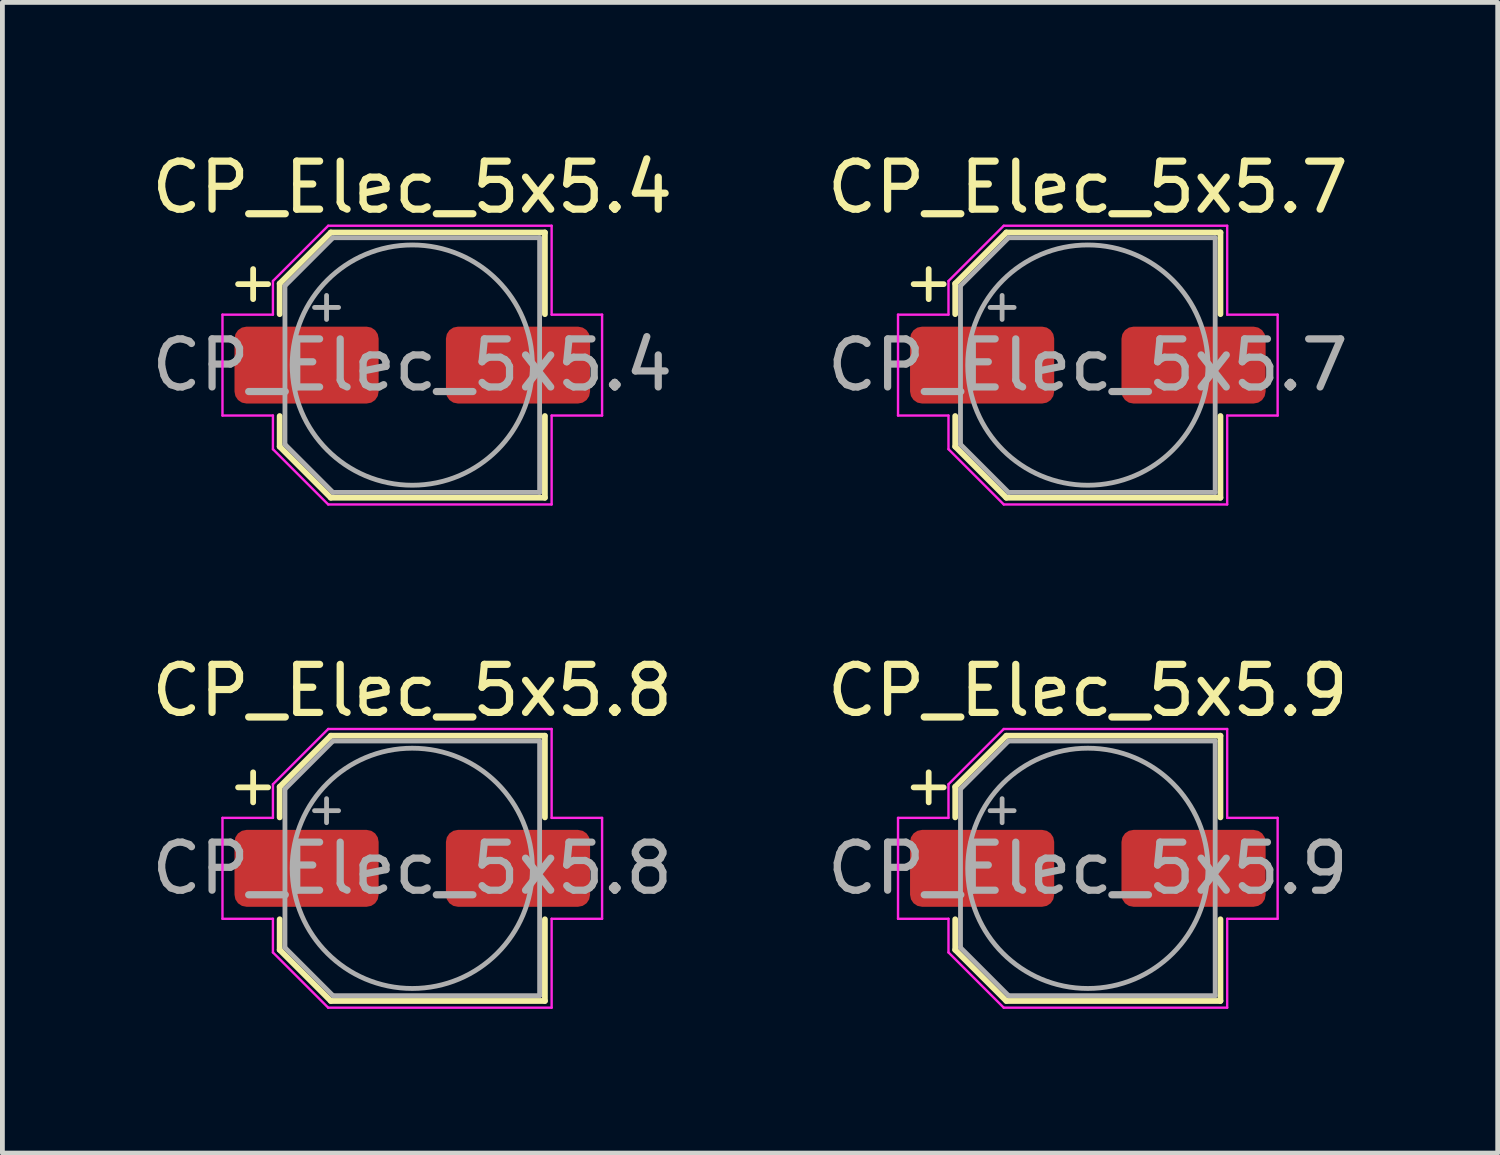
<source format=kicad_pcb>
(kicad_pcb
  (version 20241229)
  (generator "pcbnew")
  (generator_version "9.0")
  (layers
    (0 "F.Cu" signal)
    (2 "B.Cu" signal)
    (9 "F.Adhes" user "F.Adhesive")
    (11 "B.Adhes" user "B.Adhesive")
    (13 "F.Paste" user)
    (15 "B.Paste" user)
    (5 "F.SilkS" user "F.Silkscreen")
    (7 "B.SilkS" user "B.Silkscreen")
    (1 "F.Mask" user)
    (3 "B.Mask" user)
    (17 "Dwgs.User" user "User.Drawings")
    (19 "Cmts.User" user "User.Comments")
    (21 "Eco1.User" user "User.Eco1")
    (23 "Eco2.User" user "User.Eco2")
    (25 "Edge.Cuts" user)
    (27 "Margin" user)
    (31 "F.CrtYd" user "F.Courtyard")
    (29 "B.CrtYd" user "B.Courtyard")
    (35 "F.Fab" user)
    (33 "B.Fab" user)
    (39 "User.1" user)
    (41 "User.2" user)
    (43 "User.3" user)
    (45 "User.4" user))
  (footprint "CP_Elec_5x5.7"
    (layer "F.Cu")
    (at 19.589 4.548)
    (property "Reference" "CP_Elec_5x5.7" (at 0 -3.7 0) (layer "F.SilkS") (effects (font (size 1 1) (thickness 0.15))))
    (attr smd)
    (fp_line (start -3.625 -1.685) (end -3 -1.685) (stroke (width 0.12) (type solid)) (layer "F.SilkS"))
    (fp_line (start -3.312 -1.998) (end -3.312 -1.373) (stroke (width 0.12) (type solid)) (layer "F.SilkS"))
    (fp_line (start -2.76 -1.696) (end -2.76 -1.06) (stroke (width 0.12) (type solid)) (layer "F.SilkS"))
    (fp_line (start -2.76 -1.696) (end -1.696 -2.76) (stroke (width 0.12) (type solid)) (layer "F.SilkS"))
    (fp_line (start -2.76 1.696) (end -2.76 1.06) (stroke (width 0.12) (type solid)) (layer "F.SilkS"))
    (fp_line (start -2.76 1.696) (end -1.696 2.76) (stroke (width 0.12) (type solid)) (layer "F.SilkS"))
    (fp_line (start -1.696 -2.76) (end 2.76 -2.76) (stroke (width 0.12) (type solid)) (layer "F.SilkS"))
    (fp_line (start -1.696 2.76) (end 2.76 2.76) (stroke (width 0.12) (type solid)) (layer "F.SilkS"))
    (fp_line (start 2.76 -2.76) (end 2.76 -1.06) (stroke (width 0.12) (type solid)) (layer "F.SilkS"))
    (fp_line (start 2.76 2.76) (end 2.76 1.06) (stroke (width 0.12) (type solid)) (layer "F.SilkS"))
    (fp_line (start -3.95 -1.05) (end -3.95 1.05) (stroke (width 0.05) (type solid)) (layer "F.CrtYd"))
    (fp_line (start -3.95 1.05) (end -2.9 1.05) (stroke (width 0.05) (type solid)) (layer "F.CrtYd"))
    (fp_line (start -2.9 -1.75) (end -2.9 -1.05) (stroke (width 0.05) (type solid)) (layer "F.CrtYd"))
    (fp_line (start -2.9 -1.75) (end -1.75 -2.9) (stroke (width 0.05) (type solid)) (layer "F.CrtYd"))
    (fp_line (start -2.9 -1.05) (end -3.95 -1.05) (stroke (width 0.05) (type solid)) (layer "F.CrtYd"))
    (fp_line (start -2.9 1.05) (end -2.9 1.75) (stroke (width 0.05) (type solid)) (layer "F.CrtYd"))
    (fp_line (start -2.9 1.75) (end -1.75 2.9) (stroke (width 0.05) (type solid)) (layer "F.CrtYd"))
    (fp_line (start -1.75 -2.9) (end 2.9 -2.9) (stroke (width 0.05) (type solid)) (layer "F.CrtYd"))
    (fp_line (start -1.75 2.9) (end 2.9 2.9) (stroke (width 0.05) (type solid)) (layer "F.CrtYd"))
    (fp_line (start 2.9 -2.9) (end 2.9 -1.05) (stroke (width 0.05) (type solid)) (layer "F.CrtYd"))
    (fp_line (start 2.9 -1.05) (end 3.95 -1.05) (stroke (width 0.05) (type solid)) (layer "F.CrtYd"))
    (fp_line (start 2.9 1.05) (end 2.9 2.9) (stroke (width 0.05) (type solid)) (layer "F.CrtYd"))
    (fp_line (start 3.95 -1.05) (end 3.95 1.05) (stroke (width 0.05) (type solid)) (layer "F.CrtYd"))
    (fp_line (start 3.95 1.05) (end 2.9 1.05) (stroke (width 0.05) (type solid)) (layer "F.CrtYd"))
    (fp_line (start -2.65 -1.65) (end -2.65 1.65) (stroke (width 0.1) (type solid)) (layer "F.Fab"))
    (fp_line (start -2.65 -1.65) (end -1.65 -2.65) (stroke (width 0.1) (type solid)) (layer "F.Fab"))
    (fp_line (start -2.65 1.65) (end -1.65 2.65) (stroke (width 0.1) (type solid)) (layer "F.Fab"))
    (fp_line (start -2.034 -1.2) (end -1.534 -1.2) (stroke (width 0.1) (type solid)) (layer "F.Fab"))
    (fp_line (start -1.784 -1.45) (end -1.784 -0.95) (stroke (width 0.1) (type solid)) (layer "F.Fab"))
    (fp_line (start -1.65 -2.65) (end 2.65 -2.65) (stroke (width 0.1) (type solid)) (layer "F.Fab"))
    (fp_line (start -1.65 2.65) (end 2.65 2.65) (stroke (width 0.1) (type solid)) (layer "F.Fab"))
    (fp_line (start 2.65 -2.65) (end 2.65 2.65) (stroke (width 0.1) (type solid)) (layer "F.Fab"))
    (fp_circle (center 0 0) (end 2.5 0) (stroke (width 0.1) (type solid)) (fill no) (layer "F.Fab"))
    (fp_text user "${REFERENCE}" (at 0 0 0) (layer "F.Fab") (effects (font (size 1 1) (thickness 0.15))))
    (pad "1" smd roundrect (at -2.2 0) (size 3 1.6) (layers "F.Cu" "F.Mask" "F.Paste") (roundrect_rratio 0.156))
    (pad "2" smd roundrect (at 2.2 0) (size 3 1.6) (layers "F.Cu" "F.Mask" "F.Paste") (roundrect_rratio 0.156)))
  (footprint "CP_Elec_5x5.4"
    (layer "F.Cu")
    (at 5.53 4.548)
    (property "Reference" "CP_Elec_5x5.4" (at 0 -3.7 0) (layer "F.SilkS") (effects (font (size 1 1) (thickness 0.15))))
    (attr smd)
    (fp_line (start -3.625 -1.685) (end -3 -1.685) (stroke (width 0.12) (type solid)) (layer "F.SilkS"))
    (fp_line (start -3.312 -1.998) (end -3.312 -1.373) (stroke (width 0.12) (type solid)) (layer "F.SilkS"))
    (fp_line (start -2.76 -1.696) (end -2.76 -1.06) (stroke (width 0.12) (type solid)) (layer "F.SilkS"))
    (fp_line (start -2.76 -1.696) (end -1.696 -2.76) (stroke (width 0.12) (type solid)) (layer "F.SilkS"))
    (fp_line (start -2.76 1.696) (end -2.76 1.06) (stroke (width 0.12) (type solid)) (layer "F.SilkS"))
    (fp_line (start -2.76 1.696) (end -1.696 2.76) (stroke (width 0.12) (type solid)) (layer "F.SilkS"))
    (fp_line (start -1.696 -2.76) (end 2.76 -2.76) (stroke (width 0.12) (type solid)) (layer "F.SilkS"))
    (fp_line (start -1.696 2.76) (end 2.76 2.76) (stroke (width 0.12) (type solid)) (layer "F.SilkS"))
    (fp_line (start 2.76 -2.76) (end 2.76 -1.06) (stroke (width 0.12) (type solid)) (layer "F.SilkS"))
    (fp_line (start 2.76 2.76) (end 2.76 1.06) (stroke (width 0.12) (type solid)) (layer "F.SilkS"))
    (fp_line (start -3.95 -1.05) (end -3.95 1.05) (stroke (width 0.05) (type solid)) (layer "F.CrtYd"))
    (fp_line (start -3.95 1.05) (end -2.9 1.05) (stroke (width 0.05) (type solid)) (layer "F.CrtYd"))
    (fp_line (start -2.9 -1.75) (end -2.9 -1.05) (stroke (width 0.05) (type solid)) (layer "F.CrtYd"))
    (fp_line (start -2.9 -1.75) (end -1.75 -2.9) (stroke (width 0.05) (type solid)) (layer "F.CrtYd"))
    (fp_line (start -2.9 -1.05) (end -3.95 -1.05) (stroke (width 0.05) (type solid)) (layer "F.CrtYd"))
    (fp_line (start -2.9 1.05) (end -2.9 1.75) (stroke (width 0.05) (type solid)) (layer "F.CrtYd"))
    (fp_line (start -2.9 1.75) (end -1.75 2.9) (stroke (width 0.05) (type solid)) (layer "F.CrtYd"))
    (fp_line (start -1.75 -2.9) (end 2.9 -2.9) (stroke (width 0.05) (type solid)) (layer "F.CrtYd"))
    (fp_line (start -1.75 2.9) (end 2.9 2.9) (stroke (width 0.05) (type solid)) (layer "F.CrtYd"))
    (fp_line (start 2.9 -2.9) (end 2.9 -1.05) (stroke (width 0.05) (type solid)) (layer "F.CrtYd"))
    (fp_line (start 2.9 -1.05) (end 3.95 -1.05) (stroke (width 0.05) (type solid)) (layer "F.CrtYd"))
    (fp_line (start 2.9 1.05) (end 2.9 2.9) (stroke (width 0.05) (type solid)) (layer "F.CrtYd"))
    (fp_line (start 3.95 -1.05) (end 3.95 1.05) (stroke (width 0.05) (type solid)) (layer "F.CrtYd"))
    (fp_line (start 3.95 1.05) (end 2.9 1.05) (stroke (width 0.05) (type solid)) (layer "F.CrtYd"))
    (fp_line (start -2.65 -1.65) (end -2.65 1.65) (stroke (width 0.1) (type solid)) (layer "F.Fab"))
    (fp_line (start -2.65 -1.65) (end -1.65 -2.65) (stroke (width 0.1) (type solid)) (layer "F.Fab"))
    (fp_line (start -2.65 1.65) (end -1.65 2.65) (stroke (width 0.1) (type solid)) (layer "F.Fab"))
    (fp_line (start -2.034 -1.2) (end -1.534 -1.2) (stroke (width 0.1) (type solid)) (layer "F.Fab"))
    (fp_line (start -1.784 -1.45) (end -1.784 -0.95) (stroke (width 0.1) (type solid)) (layer "F.Fab"))
    (fp_line (start -1.65 -2.65) (end 2.65 -2.65) (stroke (width 0.1) (type solid)) (layer "F.Fab"))
    (fp_line (start -1.65 2.65) (end 2.65 2.65) (stroke (width 0.1) (type solid)) (layer "F.Fab"))
    (fp_line (start 2.65 -2.65) (end 2.65 2.65) (stroke (width 0.1) (type solid)) (layer "F.Fab"))
    (fp_circle (center 0 0) (end 2.5 0) (stroke (width 0.1) (type solid)) (fill no) (layer "F.Fab"))
    (fp_text user "${REFERENCE}" (at 0 0 0) (layer "F.Fab") (effects (font (size 1 1) (thickness 0.15))))
    (pad "1" smd roundrect (at -2.2 0) (size 3 1.6) (layers "F.Cu" "F.Mask" "F.Paste") (roundrect_rratio 0.156))
    (pad "2" smd roundrect (at 2.2 0) (size 3 1.6) (layers "F.Cu" "F.Mask" "F.Paste") (roundrect_rratio 0.156)))
  (footprint "CP_Elec_5x5.8"
    (layer "F.Cu")
    (at 5.53 15.021)
    (property "Reference" "CP_Elec_5x5.8" (at 0 -3.7 0) (layer "F.SilkS") (effects (font (size 1 1) (thickness 0.15))))
    (attr smd)
    (fp_line (start -3.625 -1.685) (end -3 -1.685) (stroke (width 0.12) (type solid)) (layer "F.SilkS"))
    (fp_line (start -3.312 -1.998) (end -3.312 -1.373) (stroke (width 0.12) (type solid)) (layer "F.SilkS"))
    (fp_line (start -2.76 -1.696) (end -2.76 -1.06) (stroke (width 0.12) (type solid)) (layer "F.SilkS"))
    (fp_line (start -2.76 -1.696) (end -1.696 -2.76) (stroke (width 0.12) (type solid)) (layer "F.SilkS"))
    (fp_line (start -2.76 1.696) (end -2.76 1.06) (stroke (width 0.12) (type solid)) (layer "F.SilkS"))
    (fp_line (start -2.76 1.696) (end -1.696 2.76) (stroke (width 0.12) (type solid)) (layer "F.SilkS"))
    (fp_line (start -1.696 -2.76) (end 2.76 -2.76) (stroke (width 0.12) (type solid)) (layer "F.SilkS"))
    (fp_line (start -1.696 2.76) (end 2.76 2.76) (stroke (width 0.12) (type solid)) (layer "F.SilkS"))
    (fp_line (start 2.76 -2.76) (end 2.76 -1.06) (stroke (width 0.12) (type solid)) (layer "F.SilkS"))
    (fp_line (start 2.76 2.76) (end 2.76 1.06) (stroke (width 0.12) (type solid)) (layer "F.SilkS"))
    (fp_line (start -3.95 -1.05) (end -3.95 1.05) (stroke (width 0.05) (type solid)) (layer "F.CrtYd"))
    (fp_line (start -3.95 1.05) (end -2.9 1.05) (stroke (width 0.05) (type solid)) (layer "F.CrtYd"))
    (fp_line (start -2.9 -1.75) (end -2.9 -1.05) (stroke (width 0.05) (type solid)) (layer "F.CrtYd"))
    (fp_line (start -2.9 -1.75) (end -1.75 -2.9) (stroke (width 0.05) (type solid)) (layer "F.CrtYd"))
    (fp_line (start -2.9 -1.05) (end -3.95 -1.05) (stroke (width 0.05) (type solid)) (layer "F.CrtYd"))
    (fp_line (start -2.9 1.05) (end -2.9 1.75) (stroke (width 0.05) (type solid)) (layer "F.CrtYd"))
    (fp_line (start -2.9 1.75) (end -1.75 2.9) (stroke (width 0.05) (type solid)) (layer "F.CrtYd"))
    (fp_line (start -1.75 -2.9) (end 2.9 -2.9) (stroke (width 0.05) (type solid)) (layer "F.CrtYd"))
    (fp_line (start -1.75 2.9) (end 2.9 2.9) (stroke (width 0.05) (type solid)) (layer "F.CrtYd"))
    (fp_line (start 2.9 -2.9) (end 2.9 -1.05) (stroke (width 0.05) (type solid)) (layer "F.CrtYd"))
    (fp_line (start 2.9 -1.05) (end 3.95 -1.05) (stroke (width 0.05) (type solid)) (layer "F.CrtYd"))
    (fp_line (start 2.9 1.05) (end 2.9 2.9) (stroke (width 0.05) (type solid)) (layer "F.CrtYd"))
    (fp_line (start 3.95 -1.05) (end 3.95 1.05) (stroke (width 0.05) (type solid)) (layer "F.CrtYd"))
    (fp_line (start 3.95 1.05) (end 2.9 1.05) (stroke (width 0.05) (type solid)) (layer "F.CrtYd"))
    (fp_line (start -2.65 -1.65) (end -2.65 1.65) (stroke (width 0.1) (type solid)) (layer "F.Fab"))
    (fp_line (start -2.65 -1.65) (end -1.65 -2.65) (stroke (width 0.1) (type solid)) (layer "F.Fab"))
    (fp_line (start -2.65 1.65) (end -1.65 2.65) (stroke (width 0.1) (type solid)) (layer "F.Fab"))
    (fp_line (start -2.034 -1.2) (end -1.534 -1.2) (stroke (width 0.1) (type solid)) (layer "F.Fab"))
    (fp_line (start -1.784 -1.45) (end -1.784 -0.95) (stroke (width 0.1) (type solid)) (layer "F.Fab"))
    (fp_line (start -1.65 -2.65) (end 2.65 -2.65) (stroke (width 0.1) (type solid)) (layer "F.Fab"))
    (fp_line (start -1.65 2.65) (end 2.65 2.65) (stroke (width 0.1) (type solid)) (layer "F.Fab"))
    (fp_line (start 2.65 -2.65) (end 2.65 2.65) (stroke (width 0.1) (type solid)) (layer "F.Fab"))
    (fp_circle (center 0 0) (end 2.5 0) (stroke (width 0.1) (type solid)) (fill no) (layer "F.Fab"))
    (fp_text user "${REFERENCE}" (at 0 0 0) (layer "F.Fab") (effects (font (size 1 1) (thickness 0.15))))
    (pad "1" smd roundrect (at -2.2 0) (size 3 1.6) (layers "F.Cu" "F.Mask" "F.Paste") (roundrect_rratio 0.156))
    (pad "2" smd roundrect (at 2.2 0) (size 3 1.6) (layers "F.Cu" "F.Mask" "F.Paste") (roundrect_rratio 0.156)))
  (footprint "CP_Elec_5x5.9"
    (layer "F.Cu")
    (at 19.589 15.021)
    (property "Reference" "CP_Elec_5x5.9" (at 0 -3.7 0) (layer "F.SilkS") (effects (font (size 1 1) (thickness 0.15))))
    (attr smd)
    (fp_line (start -3.625 -1.685) (end -3 -1.685) (stroke (width 0.12) (type solid)) (layer "F.SilkS"))
    (fp_line (start -3.312 -1.998) (end -3.312 -1.373) (stroke (width 0.12) (type solid)) (layer "F.SilkS"))
    (fp_line (start -2.76 -1.696) (end -2.76 -1.06) (stroke (width 0.12) (type solid)) (layer "F.SilkS"))
    (fp_line (start -2.76 -1.696) (end -1.696 -2.76) (stroke (width 0.12) (type solid)) (layer "F.SilkS"))
    (fp_line (start -2.76 1.696) (end -2.76 1.06) (stroke (width 0.12) (type solid)) (layer "F.SilkS"))
    (fp_line (start -2.76 1.696) (end -1.696 2.76) (stroke (width 0.12) (type solid)) (layer "F.SilkS"))
    (fp_line (start -1.696 -2.76) (end 2.76 -2.76) (stroke (width 0.12) (type solid)) (layer "F.SilkS"))
    (fp_line (start -1.696 2.76) (end 2.76 2.76) (stroke (width 0.12) (type solid)) (layer "F.SilkS"))
    (fp_line (start 2.76 -2.76) (end 2.76 -1.06) (stroke (width 0.12) (type solid)) (layer "F.SilkS"))
    (fp_line (start 2.76 2.76) (end 2.76 1.06) (stroke (width 0.12) (type solid)) (layer "F.SilkS"))
    (fp_line (start -3.95 -1.05) (end -3.95 1.05) (stroke (width 0.05) (type solid)) (layer "F.CrtYd"))
    (fp_line (start -3.95 1.05) (end -2.9 1.05) (stroke (width 0.05) (type solid)) (layer "F.CrtYd"))
    (fp_line (start -2.9 -1.75) (end -2.9 -1.05) (stroke (width 0.05) (type solid)) (layer "F.CrtYd"))
    (fp_line (start -2.9 -1.75) (end -1.75 -2.9) (stroke (width 0.05) (type solid)) (layer "F.CrtYd"))
    (fp_line (start -2.9 -1.05) (end -3.95 -1.05) (stroke (width 0.05) (type solid)) (layer "F.CrtYd"))
    (fp_line (start -2.9 1.05) (end -2.9 1.75) (stroke (width 0.05) (type solid)) (layer "F.CrtYd"))
    (fp_line (start -2.9 1.75) (end -1.75 2.9) (stroke (width 0.05) (type solid)) (layer "F.CrtYd"))
    (fp_line (start -1.75 -2.9) (end 2.9 -2.9) (stroke (width 0.05) (type solid)) (layer "F.CrtYd"))
    (fp_line (start -1.75 2.9) (end 2.9 2.9) (stroke (width 0.05) (type solid)) (layer "F.CrtYd"))
    (fp_line (start 2.9 -2.9) (end 2.9 -1.05) (stroke (width 0.05) (type solid)) (layer "F.CrtYd"))
    (fp_line (start 2.9 -1.05) (end 3.95 -1.05) (stroke (width 0.05) (type solid)) (layer "F.CrtYd"))
    (fp_line (start 2.9 1.05) (end 2.9 2.9) (stroke (width 0.05) (type solid)) (layer "F.CrtYd"))
    (fp_line (start 3.95 -1.05) (end 3.95 1.05) (stroke (width 0.05) (type solid)) (layer "F.CrtYd"))
    (fp_line (start 3.95 1.05) (end 2.9 1.05) (stroke (width 0.05) (type solid)) (layer "F.CrtYd"))
    (fp_line (start -2.65 -1.65) (end -2.65 1.65) (stroke (width 0.1) (type solid)) (layer "F.Fab"))
    (fp_line (start -2.65 -1.65) (end -1.65 -2.65) (stroke (width 0.1) (type solid)) (layer "F.Fab"))
    (fp_line (start -2.65 1.65) (end -1.65 2.65) (stroke (width 0.1) (type solid)) (layer "F.Fab"))
    (fp_line (start -2.034 -1.2) (end -1.534 -1.2) (stroke (width 0.1) (type solid)) (layer "F.Fab"))
    (fp_line (start -1.784 -1.45) (end -1.784 -0.95) (stroke (width 0.1) (type solid)) (layer "F.Fab"))
    (fp_line (start -1.65 -2.65) (end 2.65 -2.65) (stroke (width 0.1) (type solid)) (layer "F.Fab"))
    (fp_line (start -1.65 2.65) (end 2.65 2.65) (stroke (width 0.1) (type solid)) (layer "F.Fab"))
    (fp_line (start 2.65 -2.65) (end 2.65 2.65) (stroke (width 0.1) (type solid)) (layer "F.Fab"))
    (fp_circle (center 0 0) (end 2.5 0) (stroke (width 0.1) (type solid)) (fill no) (layer "F.Fab"))
    (fp_text user "${REFERENCE}" (at 0 0 0) (layer "F.Fab") (effects (font (size 1 1) (thickness 0.15))))
    (pad "1" smd roundrect (at -2.2 0) (size 3 1.6) (layers "F.Cu" "F.Mask" "F.Paste") (roundrect_rratio 0.156))
    (pad "2" smd roundrect (at 2.2 0) (size 3 1.6) (layers "F.Cu" "F.Mask" "F.Paste") (roundrect_rratio 0.156)))
  (gr_rect
    (start -3 -3)
    (end 28.119 20.947)
    (stroke (width 0.1) (type default))
    (fill no)
    (layer "Edge.Cuts")))
</source>
